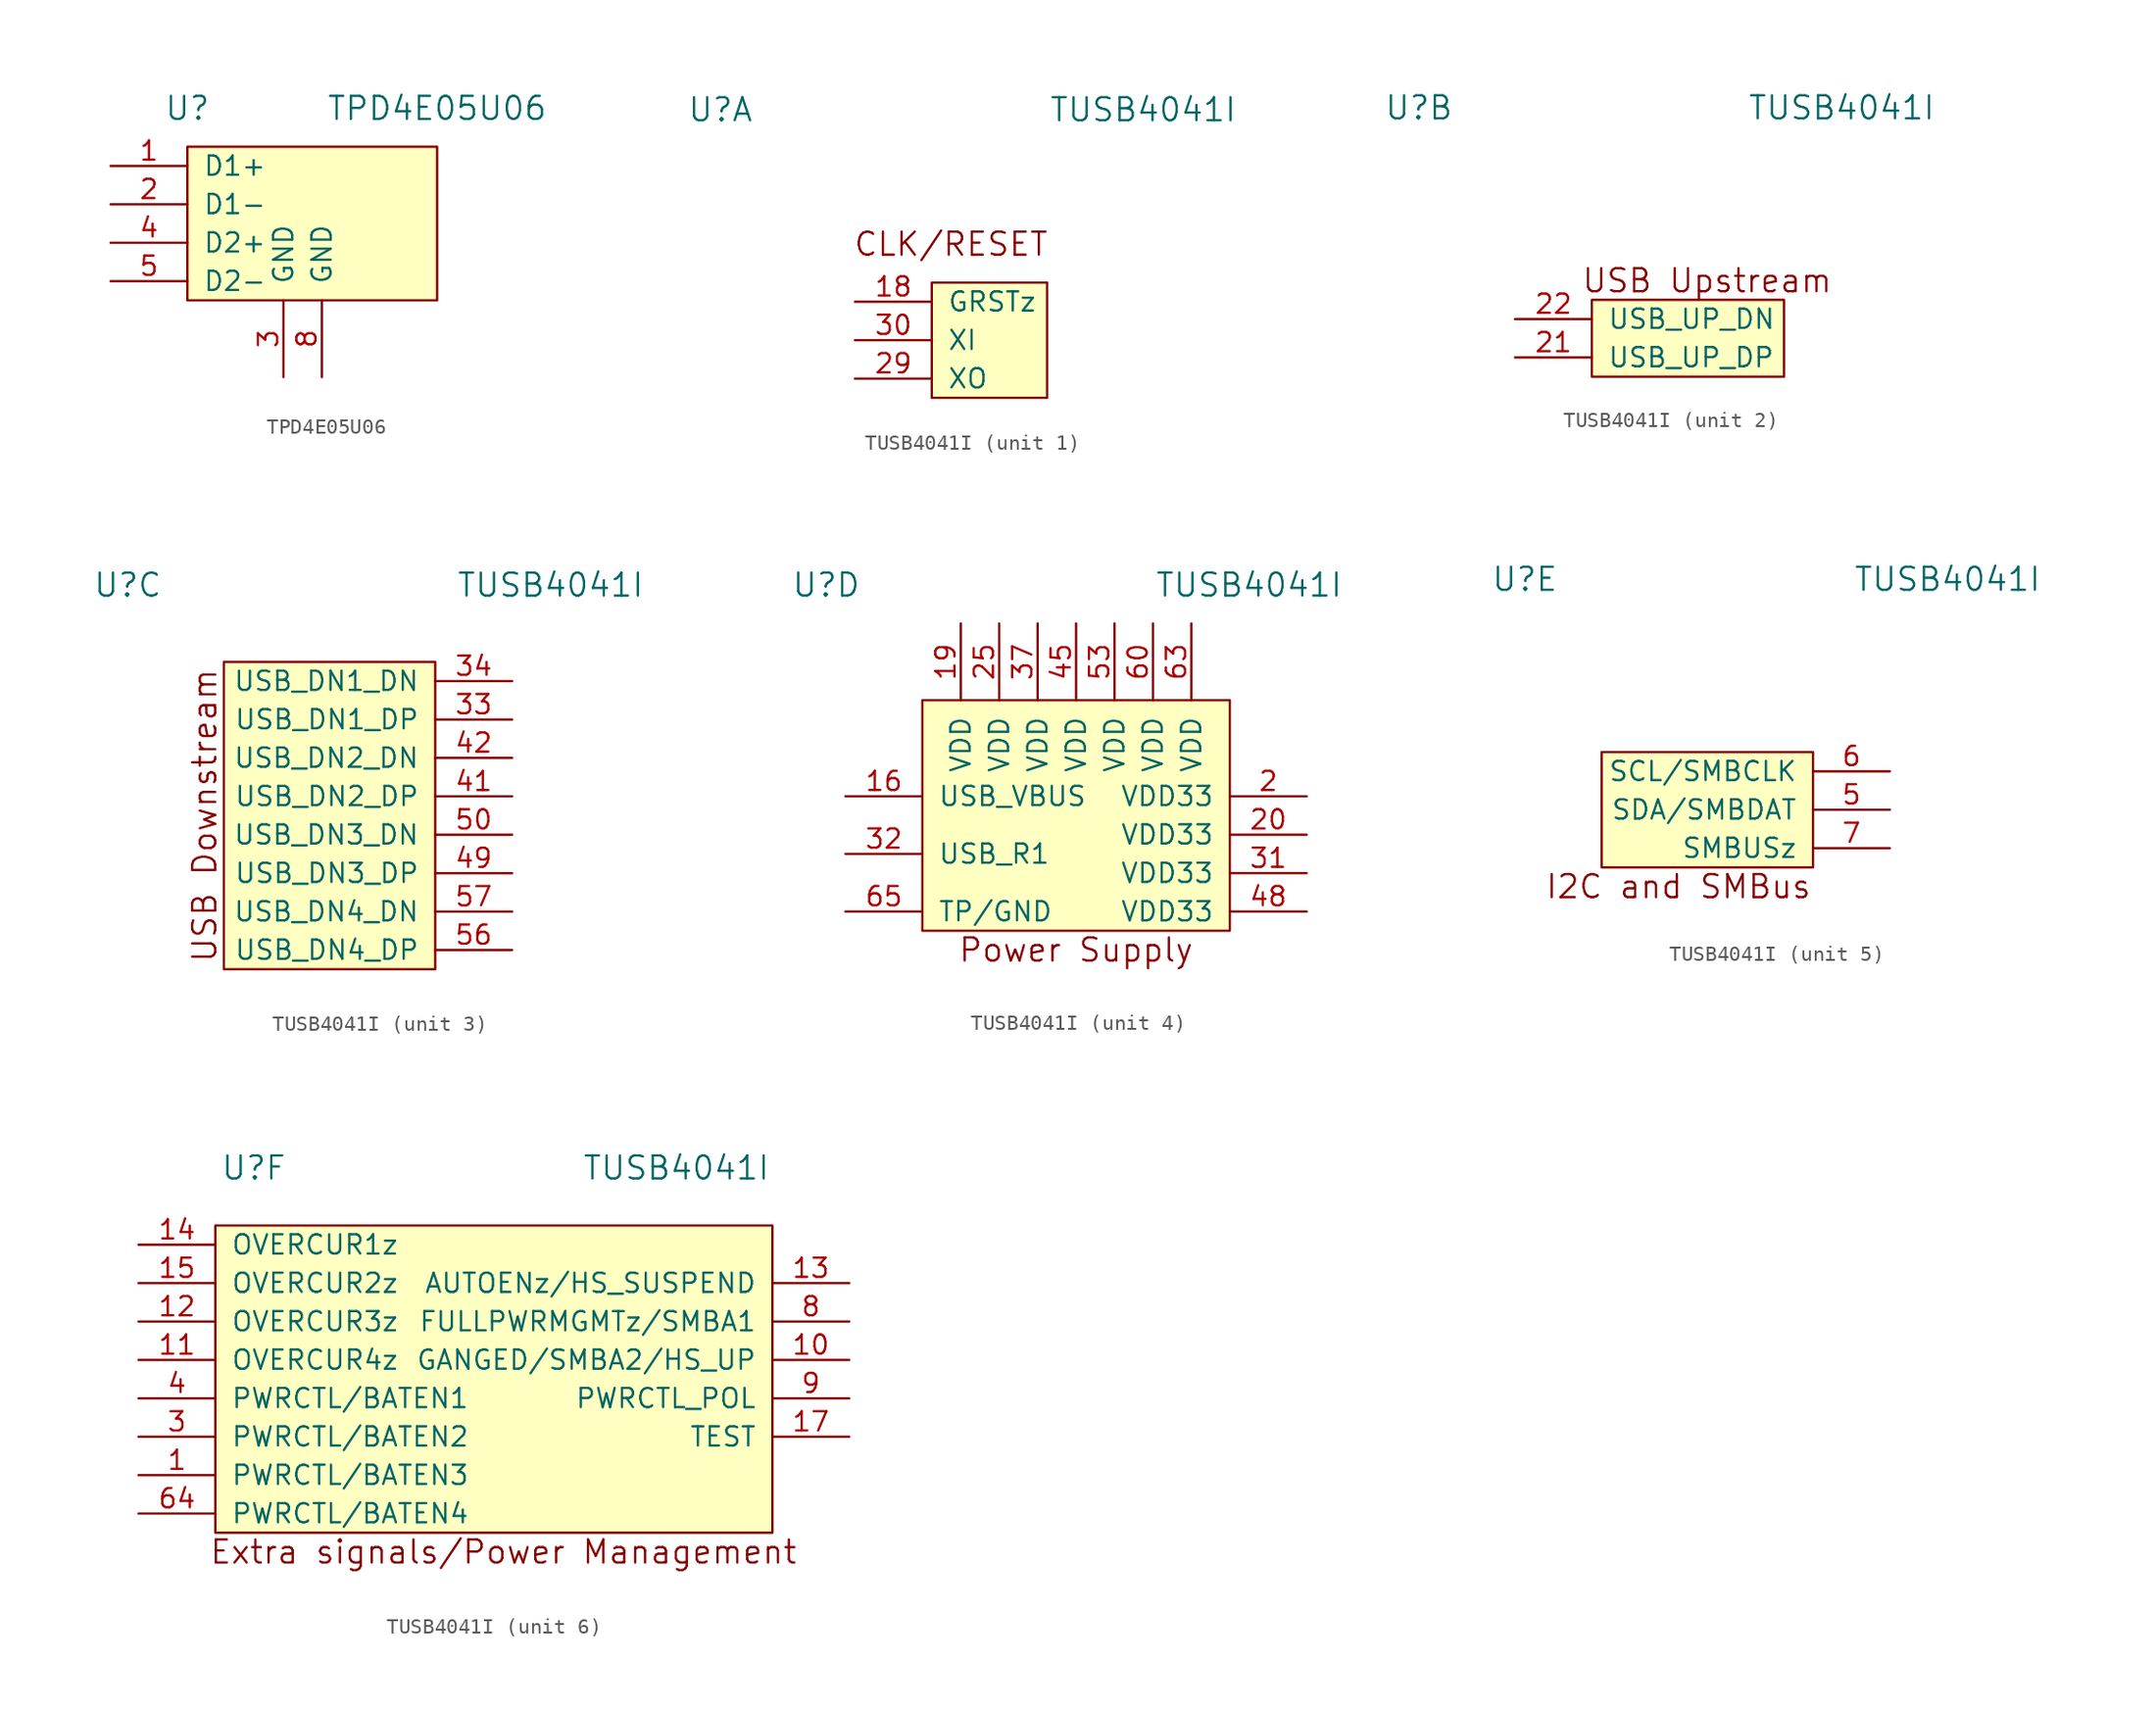
<source format=kicad_sym>
(kicad_symbol_lib
  (version 20241209)
  (generator "kicad_symbol_editor")
  (generator_version "9.0")
  (symbol "TPD4E05U06"
    (pin_names
      (offset 1.016))
    (property "Reference" "U"
      (at -7.62 7.62 0)
      (effects (font (size 1.524 1.524))))
    (property "Value" "TPD4E05U06"
      (at 8.89 7.62 0)
      (effects (font (size 1.524 1.524))))
    (symbol "TPD4E05U06_0_1"
      (rectangle (start -7.62 5.08) (end 8.89 -5.08) (stroke (width 0) (type solid)) (fill (type background))))
    (symbol "TPD4E05U06_1_1"
      (pin bidirectional line (at -12.7 3.81 0) (length 5.08) (name "D1+" (effects (font (size 1.27 1.27)))) (number "1" (effects (font (size 1.27 1.27)))))
      (pin bidirectional line (at -12.7 1.27 0) (length 5.08) (name "D1-" (effects (font (size 1.27 1.27)))) (number "2" (effects (font (size 1.27 1.27)))))
      (pin bidirectional line (at -12.7 -1.27 0) (length 5.08) (name "D2+" (effects (font (size 1.27 1.27)))) (number "4" (effects (font (size 1.27 1.27)))))
      (pin bidirectional line (at -12.7 -3.81 0) (length 5.08) (name "D2-" (effects (font (size 1.27 1.27)))) (number "5" (effects (font (size 1.27 1.27)))))
      (pin power_in line (at -1.27 -10.16 90) (length 5.08) (name "GND" (effects (font (size 1.27 1.27)))) (number "3" (effects (font (size 1.27 1.27)))))
      (pin power_in line (at 1.27 -10.16 90) (length 5.08) (name "GND" (effects (font (size 1.27 1.27)))) (number "8" (effects (font (size 1.27 1.27)))))
      (pin no_connect line (at 6.35 3.81 180) (length 5.08) (hide yes) (name "NC1+" (effects (font (size 1.27 1.27)))) (number "10" (effects (font (size 1.27 1.27)))))
      (pin no_connect line (at 6.35 1.27 180) (length 5.08) (hide yes) (name "NC1-" (effects (font (size 1.27 1.27)))) (number "9" (effects (font (size 1.27 1.27)))))
      (pin no_connect line (at 6.35 -1.27 180) (length 5.08) (hide yes) (name "NC2+" (effects (font (size 1.27 1.27)))) (number "7" (effects (font (size 1.27 1.27)))))
      (pin no_connect line (at 6.35 -3.81 180) (length 5.08) (hide yes) (name "NC2-" (effects (font (size 1.27 1.27)))) (number "6" (effects (font (size 1.27 1.27)))))))
  (symbol "TUSB4041I"
    (pin_names
      (offset 1.016))
    (property "Reference" "U"
      (at -16.51 15.24 0)
      (effects (font (size 1.524 1.524))))
    (property "Value" "TUSB4041I"
      (at 11.43 15.24 0)
      (effects (font (size 1.524 1.524))))
    (property "ki_locked" ""
      (at 0 0 0)
      (effects (font (size 1.27 1.27))))
    (symbol "TUSB4041I_1_0"
      (rectangle (start -2.54 3.81) (end 5.08 -3.81) (stroke (width 0) (type solid)) (fill (type background)))
      (text "CLK/RESET" (at -1.27 6.35 0) (effects (font (size 1.524 1.524)))))
    (symbol "TUSB4041I_1_1"
      (pin input line (at -7.62 2.54 0) (length 5.08) (name "GRSTz" (effects (font (size 1.27 1.27)))) (number "18" (effects (font (size 1.27 1.27)))))
      (pin input line (at -7.62 0 0) (length 5.08) (name "XI" (effects (font (size 1.27 1.27)))) (number "30" (effects (font (size 1.27 1.27)))))
      (pin output line (at -7.62 -2.54 0) (length 5.08) (name "XO" (effects (font (size 1.27 1.27)))) (number "29" (effects (font (size 1.27 1.27))))))
    (symbol "TUSB4041I_2_0"
      (rectangle (start -5.08 2.54) (end 7.62 -2.54) (stroke (width 0) (type solid)) (fill (type background)))
      (text "USB Upstream" (at 2.54 3.81 0) (effects (font (size 1.524 1.524)))))
    (symbol "TUSB4041I_2_1"
      (pin bidirectional line (at -10.16 1.27 0) (length 5.08) (name "USB_UP_DN" (effects (font (size 1.27 1.27)))) (number "22" (effects (font (size 1.27 1.27)))))
      (pin bidirectional line (at -10.16 -1.27 0) (length 5.08) (name "USB_UP_DP" (effects (font (size 1.27 1.27)))) (number "21" (effects (font (size 1.27 1.27))))))
    (symbol "TUSB4041I_3_0"
      (rectangle (start 3.81 10.16) (end -10.16 -10.16) (stroke (width 0) (type solid)) (fill (type background)))
      (text "USB Downstream" (at -11.43 0 900) (effects (font (size 1.524 1.524)))))
    (symbol "TUSB4041I_3_1"
      (pin bidirectional line (at 8.89 8.89 180) (length 5.08) (name "USB_DN1_DN" (effects (font (size 1.27 1.27)))) (number "34" (effects (font (size 1.27 1.27)))))
      (pin bidirectional line (at 8.89 6.35 180) (length 5.08) (name "USB_DN1_DP" (effects (font (size 1.27 1.27)))) (number "33" (effects (font (size 1.27 1.27)))))
      (pin bidirectional line (at 8.89 3.81 180) (length 5.08) (name "USB_DN2_DN" (effects (font (size 1.27 1.27)))) (number "42" (effects (font (size 1.27 1.27)))))
      (pin bidirectional line (at 8.89 1.27 180) (length 5.08) (name "USB_DN2_DP" (effects (font (size 1.27 1.27)))) (number "41" (effects (font (size 1.27 1.27)))))
      (pin bidirectional line (at 8.89 -1.27 180) (length 5.08) (name "USB_DN3_DN" (effects (font (size 1.27 1.27)))) (number "50" (effects (font (size 1.27 1.27)))))
      (pin bidirectional line (at 8.89 -3.81 180) (length 5.08) (name "USB_DN3_DP" (effects (font (size 1.27 1.27)))) (number "49" (effects (font (size 1.27 1.27)))))
      (pin bidirectional line (at 8.89 -6.35 180) (length 5.08) (name "USB_DN4_DN" (effects (font (size 1.27 1.27)))) (number "57" (effects (font (size 1.27 1.27)))))
      (pin bidirectional line (at 8.89 -8.89 180) (length 5.08) (name "USB_DN4_DP" (effects (font (size 1.27 1.27)))) (number "56" (effects (font (size 1.27 1.27))))))
    (symbol "TUSB4041I_4_0"
      (rectangle (start -10.16 7.62) (end 10.16 -7.62) (stroke (width 0) (type solid)) (fill (type background)))
      (text "Power Supply" (at 0 -8.89 0) (effects (font (size 1.524 1.524)))))
    (symbol "TUSB4041I_4_1"
      (pin input line (at -15.24 1.27 0) (length 5.08) (name "USB_VBUS" (effects (font (size 1.27 1.27)))) (number "16" (effects (font (size 1.27 1.27)))))
      (pin input line (at -15.24 -2.54 0) (length 5.08) (name "USB_R1" (effects (font (size 1.27 1.27)))) (number "32" (effects (font (size 1.27 1.27)))))
      (pin power_in line (at -15.24 -6.35 0) (length 5.08) (name "TP/GND" (effects (font (size 1.27 1.27)))) (number "65" (effects (font (size 1.27 1.27)))))
      (pin power_in line (at -7.62 12.7 270) (length 5.08) (name "VDD" (effects (font (size 1.27 1.27)))) (number "19" (effects (font (size 1.27 1.27)))))
      (pin power_in line (at -5.08 12.7 270) (length 5.08) (name "VDD" (effects (font (size 1.27 1.27)))) (number "25" (effects (font (size 1.27 1.27)))))
      (pin power_in line (at -2.54 12.7 270) (length 5.08) (name "VDD" (effects (font (size 1.27 1.27)))) (number "37" (effects (font (size 1.27 1.27)))))
      (pin power_in line (at 0 12.7 270) (length 5.08) (name "VDD" (effects (font (size 1.27 1.27)))) (number "45" (effects (font (size 1.27 1.27)))))
      (pin power_in line (at 2.54 12.7 270) (length 5.08) (name "VDD" (effects (font (size 1.27 1.27)))) (number "53" (effects (font (size 1.27 1.27)))))
      (pin power_in line (at 5.08 12.7 270) (length 5.08) (name "VDD" (effects (font (size 1.27 1.27)))) (number "60" (effects (font (size 1.27 1.27)))))
      (pin power_in line (at 7.62 12.7 270) (length 5.08) (name "VDD" (effects (font (size 1.27 1.27)))) (number "63" (effects (font (size 1.27 1.27)))))
      (pin power_in line (at 15.24 1.27 180) (length 5.08) (name "VDD33" (effects (font (size 1.27 1.27)))) (number "2" (effects (font (size 1.27 1.27)))))
      (pin power_in line (at 15.24 -1.27 180) (length 5.08) (name "VDD33" (effects (font (size 1.27 1.27)))) (number "20" (effects (font (size 1.27 1.27)))))
      (pin power_in line (at 15.24 -3.81 180) (length 5.08) (name "VDD33" (effects (font (size 1.27 1.27)))) (number "31" (effects (font (size 1.27 1.27)))))
      (pin power_in line (at 15.24 -6.35 180) (length 5.08) (name "VDD33" (effects (font (size 1.27 1.27)))) (number "48" (effects (font (size 1.27 1.27))))))
    (symbol "TUSB4041I_5_0"
      (rectangle (start 2.54 3.81) (end -11.43 -3.81) (stroke (width 0) (type solid)) (fill (type background)))
      (text "I2C and SMBus" (at -6.35 -5.08 0) (effects (font (size 1.524 1.524)))))
    (symbol "TUSB4041I_5_1"
      (pin bidirectional line (at 7.62 2.54 180) (length 5.08) (name "SCL/SMBCLK" (effects (font (size 1.27 1.27)))) (number "6" (effects (font (size 1.27 1.27)))))
      (pin bidirectional line (at 7.62 0 180) (length 5.08) (name "SDA/SMBDAT" (effects (font (size 1.27 1.27)))) (number "5" (effects (font (size 1.27 1.27)))))
      (pin bidirectional line (at 7.62 -2.54 180) (length 5.08) (name "SMBUSz" (effects (font (size 1.27 1.27)))) (number "7" (effects (font (size 1.27 1.27))))))
    (symbol "TUSB4041I_6_0"
      (rectangle (start -19.05 11.43) (end 17.78 -8.89) (stroke (width 0) (type solid)) (fill (type background)))
      (text "Extra signals/Power Management" (at 0 -10.16 0) (effects (font (size 1.524 1.524)))))
    (symbol "TUSB4041I_6_1"
      (pin input line (at -24.13 10.16 0) (length 5.08) (name "OVERCUR1z" (effects (font (size 1.27 1.27)))) (number "14" (effects (font (size 1.27 1.27)))))
      (pin input line (at -24.13 7.62 0) (length 5.08) (name "OVERCUR2z" (effects (font (size 1.27 1.27)))) (number "15" (effects (font (size 1.27 1.27)))))
      (pin input line (at -24.13 5.08 0) (length 5.08) (name "OVERCUR3z" (effects (font (size 1.27 1.27)))) (number "12" (effects (font (size 1.27 1.27)))))
      (pin input line (at -24.13 2.54 0) (length 5.08) (name "OVERCUR4z" (effects (font (size 1.27 1.27)))) (number "11" (effects (font (size 1.27 1.27)))))
      (pin bidirectional line (at -24.13 0 0) (length 5.08) (name "PWRCTL/BATEN1" (effects (font (size 1.27 1.27)))) (number "4" (effects (font (size 1.27 1.27)))))
      (pin bidirectional line (at -24.13 -2.54 0) (length 5.08) (name "PWRCTL/BATEN2" (effects (font (size 1.27 1.27)))) (number "3" (effects (font (size 1.27 1.27)))))
      (pin bidirectional line (at -24.13 -5.08 0) (length 5.08) (name "PWRCTL/BATEN3" (effects (font (size 1.27 1.27)))) (number "1" (effects (font (size 1.27 1.27)))))
      (pin bidirectional line (at -24.13 -7.62 0) (length 5.08) (name "PWRCTL/BATEN4" (effects (font (size 1.27 1.27)))) (number "64" (effects (font (size 1.27 1.27)))))
      (pin no_connect line (at -10.16 10.16 180) (length 1.27) (hide yes) (name "RSVD" (effects (font (size 1.27 1.27)))) (number "36" (effects (font (size 1.27 1.27)))))
      (pin no_connect line (at -10.16 7.62 180) (length 1.27) (hide yes) (name "RSVD" (effects (font (size 1.27 1.27)))) (number "38" (effects (font (size 1.27 1.27)))))
      (pin no_connect line (at -10.16 5.08 180) (length 1.27) (hide yes) (name "RSVD" (effects (font (size 1.27 1.27)))) (number "43" (effects (font (size 1.27 1.27)))))
      (pin no_connect line (at -10.16 2.54 180) (length 1.27) (hide yes) (name "RSVD" (effects (font (size 1.27 1.27)))) (number "44" (effects (font (size 1.27 1.27)))))
      (pin no_connect line (at -10.16 0 180) (length 1.27) (hide yes) (name "RSVD" (effects (font (size 1.27 1.27)))) (number "46" (effects (font (size 1.27 1.27)))))
      (pin no_connect line (at -10.16 -2.54 180) (length 1.27) (hide yes) (name "RSVD" (effects (font (size 1.27 1.27)))) (number "47" (effects (font (size 1.27 1.27)))))
      (pin no_connect line (at -10.16 -5.08 180) (length 1.27) (hide yes) (name "RSVD" (effects (font (size 1.27 1.27)))) (number "51" (effects (font (size 1.27 1.27)))))
      (pin no_connect line (at -10.16 -7.62 180) (length 1.27) (hide yes) (name "RSVD" (effects (font (size 1.27 1.27)))) (number "52" (effects (font (size 1.27 1.27)))))
      (pin no_connect line (at -1.27 10.16 180) (length 1.27) (hide yes) (name "RSVD" (effects (font (size 1.27 1.27)))) (number "23" (effects (font (size 1.27 1.27)))))
      (pin no_connect line (at -1.27 7.62 180) (length 1.27) (hide yes) (name "RSVD" (effects (font (size 1.27 1.27)))) (number "24" (effects (font (size 1.27 1.27)))))
      (pin no_connect line (at -1.27 5.08 180) (length 1.27) (hide yes) (name "RSVD" (effects (font (size 1.27 1.27)))) (number "26" (effects (font (size 1.27 1.27)))))
      (pin no_connect line (at -1.27 2.54 180) (length 1.27) (hide yes) (name "RSVD" (effects (font (size 1.27 1.27)))) (number "27" (effects (font (size 1.27 1.27)))))
      (pin no_connect line (at -1.27 0 180) (length 1.27) (hide yes) (name "RSVD" (effects (font (size 1.27 1.27)))) (number "54" (effects (font (size 1.27 1.27)))))
      (pin no_connect line (at -1.27 -2.54 180) (length 1.27) (hide yes) (name "RSVD" (effects (font (size 1.27 1.27)))) (number "35" (effects (font (size 1.27 1.27)))))
      (pin no_connect line (at -1.27 -5.08 180) (length 1.27) (hide yes) (name "NC" (effects (font (size 1.27 1.27)))) (number "40" (effects (font (size 1.27 1.27)))))
      (pin no_connect line (at -1.27 -7.62 180) (length 1.27) (hide yes) (name "NC" (effects (font (size 1.27 1.27)))) (number "28" (effects (font (size 1.27 1.27)))))
      (pin no_connect line (at 7.62 10.16 180) (length 1.27) (hide yes) (name "RSVD" (effects (font (size 1.27 1.27)))) (number "39" (effects (font (size 1.27 1.27)))))
      (pin no_connect line (at 7.62 7.62 180) (length 1.27) (hide yes) (name "RSVD" (effects (font (size 1.27 1.27)))) (number "55" (effects (font (size 1.27 1.27)))))
      (pin no_connect line (at 7.62 5.08 180) (length 1.27) (hide yes) (name "RSVD" (effects (font (size 1.27 1.27)))) (number "58" (effects (font (size 1.27 1.27)))))
      (pin no_connect line (at 7.62 2.54 180) (length 1.27) (hide yes) (name "RSVD" (effects (font (size 1.27 1.27)))) (number "59" (effects (font (size 1.27 1.27)))))
      (pin no_connect line (at 7.62 0 180) (length 1.27) (hide yes) (name "RSVD" (effects (font (size 1.27 1.27)))) (number "61" (effects (font (size 1.27 1.27)))))
      (pin no_connect line (at 7.62 -2.54 180) (length 1.27) (hide yes) (name "RSVD" (effects (font (size 1.27 1.27)))) (number "62" (effects (font (size 1.27 1.27)))))
      (pin bidirectional line (at 22.86 7.62 180) (length 5.08) (name "AUTOENz/HS_SUSPEND" (effects (font (size 1.27 1.27)))) (number "13" (effects (font (size 1.27 1.27)))))
      (pin bidirectional line (at 22.86 5.08 180) (length 5.08) (name "FULLPWRMGMTz/SMBA1" (effects (font (size 1.27 1.27)))) (number "8" (effects (font (size 1.27 1.27)))))
      (pin bidirectional line (at 22.86 2.54 180) (length 5.08) (name "GANGED/SMBA2/HS_UP" (effects (font (size 1.27 1.27)))) (number "10" (effects (font (size 1.27 1.27)))))
      (pin bidirectional line (at 22.86 0 180) (length 5.08) (name "PWRCTL_POL" (effects (font (size 1.27 1.27)))) (number "9" (effects (font (size 1.27 1.27)))))
      (pin input line (at 22.86 -2.54 180) (length 5.08) (name "TEST" (effects (font (size 1.27 1.27)))) (number "17" (effects (font (size 1.27 1.27))))))))
</source>
